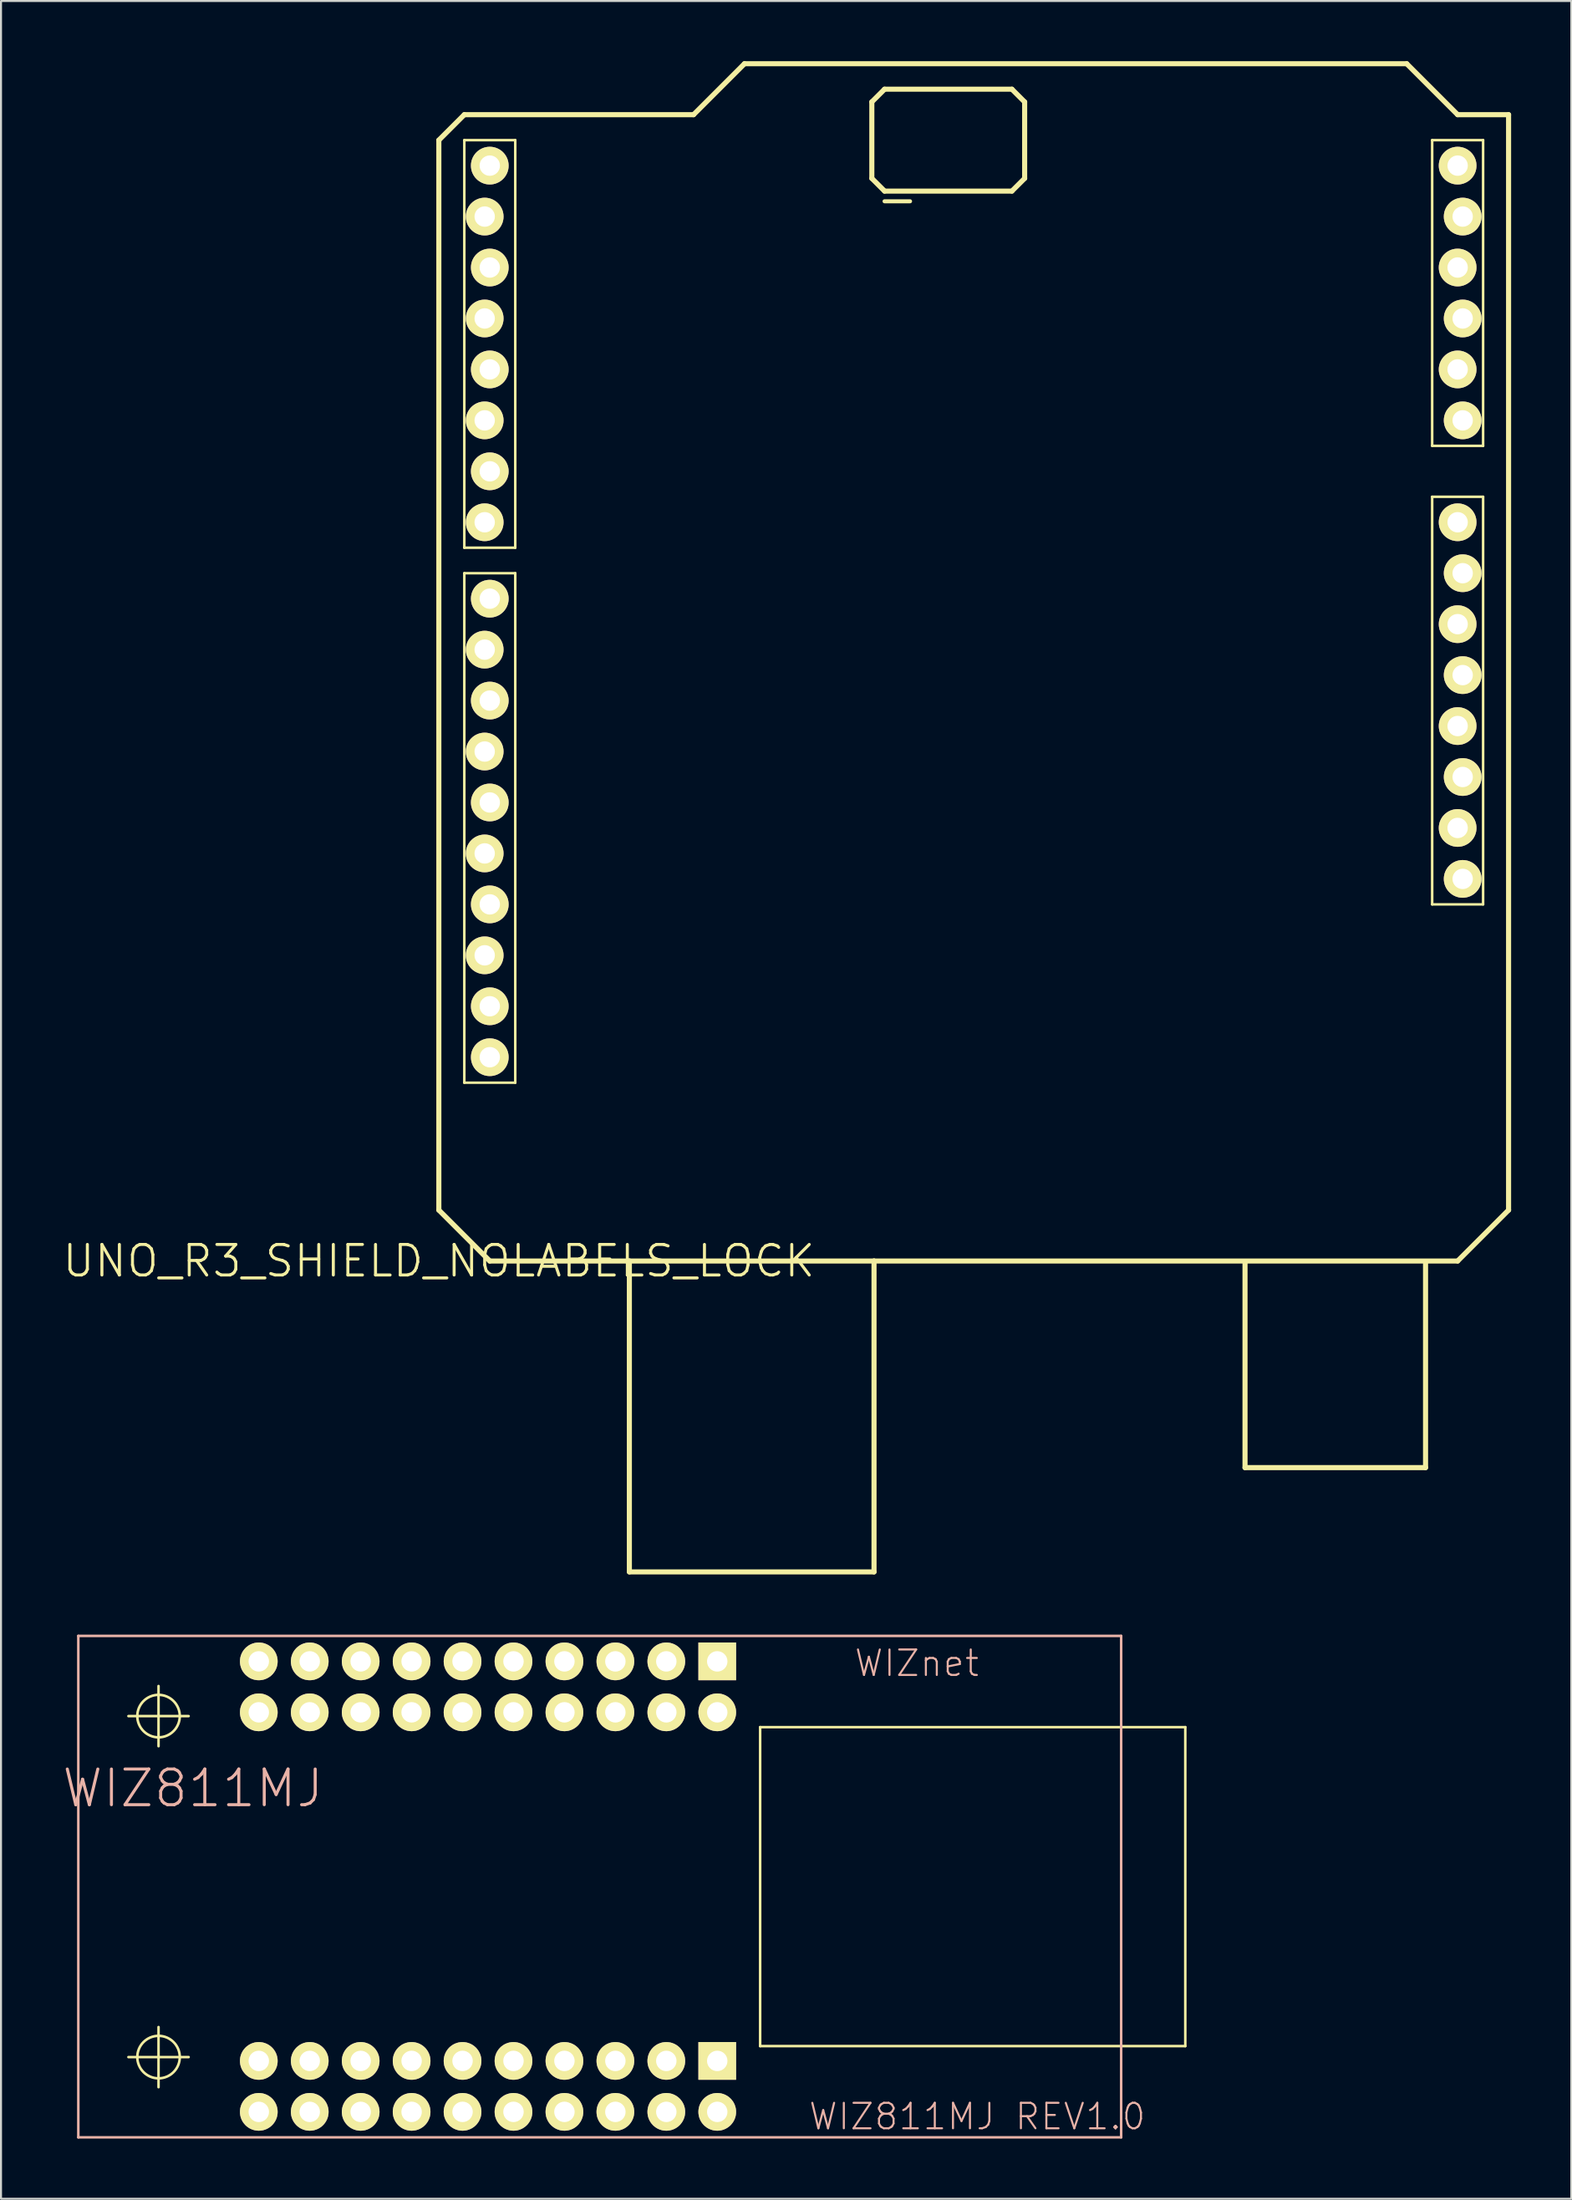
<source format=kicad_pcb>
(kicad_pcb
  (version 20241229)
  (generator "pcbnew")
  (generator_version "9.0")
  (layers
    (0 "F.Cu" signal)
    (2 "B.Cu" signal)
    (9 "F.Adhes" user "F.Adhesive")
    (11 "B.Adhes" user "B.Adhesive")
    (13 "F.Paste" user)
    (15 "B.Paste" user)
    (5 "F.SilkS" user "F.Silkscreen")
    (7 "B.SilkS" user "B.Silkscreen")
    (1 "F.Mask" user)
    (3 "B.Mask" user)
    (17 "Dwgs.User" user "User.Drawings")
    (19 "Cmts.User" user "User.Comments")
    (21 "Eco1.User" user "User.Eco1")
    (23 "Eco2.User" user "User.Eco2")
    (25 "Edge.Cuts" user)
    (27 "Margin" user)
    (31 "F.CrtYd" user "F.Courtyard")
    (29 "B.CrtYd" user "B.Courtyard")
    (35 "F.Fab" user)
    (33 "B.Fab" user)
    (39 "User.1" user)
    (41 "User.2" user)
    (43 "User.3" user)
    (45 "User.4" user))
  (footprint "UNO_R3_SHIELD_NOLABELS_LOCK"
    (layer "F.Cu")
    (at 18.832 59.817)
    (property "Reference" "UNO_R3_SHIELD_NOLABELS_LOCK" (at 0 0 0) (layer "F.SilkS") (effects (font (size 1.524 1.524) (thickness 0.15))))
    (attr exclude_from_pos_files exclude_from_bom)
    (fp_line (start 0 -55.88) (end 0 -2.54) (stroke (width 0.254) (type solid)) (layer "F.SilkS"))
    (fp_line (start 0 -2.54) (end 2.54 0) (stroke (width 0.254) (type solid)) (layer "F.SilkS"))
    (fp_line (start 1.27 -57.15) (end 0 -55.88) (stroke (width 0.254) (type solid)) (layer "F.SilkS"))
    (fp_line (start 1.27 -55.88) (end 3.81 -55.88) (stroke (width 0.127) (type solid)) (layer "F.SilkS"))
    (fp_line (start 1.27 -35.56) (end 1.27 -55.88) (stroke (width 0.127) (type solid)) (layer "F.SilkS"))
    (fp_line (start 1.27 -34.29) (end 3.81 -34.29) (stroke (width 0.127) (type solid)) (layer "F.SilkS"))
    (fp_line (start 1.27 -8.89) (end 1.27 -34.29) (stroke (width 0.127) (type solid)) (layer "F.SilkS"))
    (fp_line (start 2.54 0) (end 9.5 0) (stroke (width 0.254) (type solid)) (layer "F.SilkS"))
    (fp_line (start 3.81 -55.88) (end 3.81 -35.56) (stroke (width 0.127) (type solid)) (layer "F.SilkS"))
    (fp_line (start 3.81 -35.56) (end 1.27 -35.56) (stroke (width 0.127) (type solid)) (layer "F.SilkS"))
    (fp_line (start 3.81 -34.29) (end 3.81 -8.89) (stroke (width 0.127) (type solid)) (layer "F.SilkS"))
    (fp_line (start 3.81 -8.89) (end 1.27 -8.89) (stroke (width 0.127) (type solid)) (layer "F.SilkS"))
    (fp_line (start 9.5 0) (end 21.699 0) (stroke (width 0.254) (type solid)) (layer "F.SilkS"))
    (fp_line (start 9.5 15.499) (end 9.5 0) (stroke (width 0.254) (type solid)) (layer "F.SilkS"))
    (fp_line (start 9.5 15.499) (end 21.699 15.499) (stroke (width 0.254) (type solid)) (layer "F.SilkS"))
    (fp_line (start 12.7 -57.15) (end 1.27 -57.15) (stroke (width 0.254) (type solid)) (layer "F.SilkS"))
    (fp_line (start 15.24 -59.69) (end 12.7 -57.15) (stroke (width 0.254) (type solid)) (layer "F.SilkS"))
    (fp_line (start 21.59 -57.785) (end 22.225 -58.42) (stroke (width 0.254) (type solid)) (layer "F.SilkS"))
    (fp_line (start 21.59 -53.975) (end 21.59 -57.785) (stroke (width 0.254) (type solid)) (layer "F.SilkS"))
    (fp_line (start 21.699 0) (end 50.8 0) (stroke (width 0.254) (type solid)) (layer "F.SilkS"))
    (fp_line (start 21.699 15.499) (end 21.699 0) (stroke (width 0.254) (type solid)) (layer "F.SilkS"))
    (fp_line (start 22.225 -58.42) (end 28.575 -58.42) (stroke (width 0.254) (type solid)) (layer "F.SilkS"))
    (fp_line (start 22.225 -53.34) (end 21.59 -53.975) (stroke (width 0.254) (type solid)) (layer "F.SilkS"))
    (fp_line (start 23.495 -52.832) (end 22.225 -52.832) (stroke (width 0.203) (type solid)) (layer "F.SilkS"))
    (fp_line (start 28.575 -58.42) (end 29.21 -57.785) (stroke (width 0.254) (type solid)) (layer "F.SilkS"))
    (fp_line (start 28.575 -53.34) (end 22.225 -53.34) (stroke (width 0.254) (type solid)) (layer "F.SilkS"))
    (fp_line (start 29.21 -57.785) (end 29.21 -53.975) (stroke (width 0.254) (type solid)) (layer "F.SilkS"))
    (fp_line (start 29.21 -53.975) (end 28.575 -53.34) (stroke (width 0.254) (type solid)) (layer "F.SilkS"))
    (fp_line (start 40.198 10.3) (end 40.198 0.099) (stroke (width 0.254) (type solid)) (layer "F.SilkS"))
    (fp_line (start 40.198 10.3) (end 49.2 10.3) (stroke (width 0.254) (type solid)) (layer "F.SilkS"))
    (fp_line (start 48.26 -59.69) (end 15.24 -59.69) (stroke (width 0.254) (type solid)) (layer "F.SilkS"))
    (fp_line (start 49.2 10.3) (end 49.2 0.099) (stroke (width 0.254) (type solid)) (layer "F.SilkS"))
    (fp_line (start 49.53 -55.88) (end 52.07 -55.88) (stroke (width 0.127) (type solid)) (layer "F.SilkS"))
    (fp_line (start 49.53 -40.64) (end 49.53 -55.88) (stroke (width 0.127) (type solid)) (layer "F.SilkS"))
    (fp_line (start 49.53 -38.1) (end 49.53 -17.78) (stroke (width 0.127) (type solid)) (layer "F.SilkS"))
    (fp_line (start 49.53 -17.78) (end 52.07 -17.78) (stroke (width 0.127) (type solid)) (layer "F.SilkS"))
    (fp_line (start 50.8 -57.15) (end 48.26 -59.69) (stroke (width 0.254) (type solid)) (layer "F.SilkS"))
    (fp_line (start 50.8 0) (end 53.34 -2.54) (stroke (width 0.254) (type solid)) (layer "F.SilkS"))
    (fp_line (start 52.07 -55.88) (end 52.07 -40.64) (stroke (width 0.127) (type solid)) (layer "F.SilkS"))
    (fp_line (start 52.07 -40.64) (end 49.53 -40.64) (stroke (width 0.127) (type solid)) (layer "F.SilkS"))
    (fp_line (start 52.07 -38.1) (end 49.53 -38.1) (stroke (width 0.127) (type solid)) (layer "F.SilkS"))
    (fp_line (start 52.07 -17.78) (end 52.07 -38.1) (stroke (width 0.127) (type solid)) (layer "F.SilkS"))
    (fp_line (start 53.34 -57.15) (end 50.8 -57.15) (stroke (width 0.254) (type solid)) (layer "F.SilkS"))
    (fp_line (start 53.34 -2.54) (end 53.34 -57.15) (stroke (width 0.254) (type solid)) (layer "F.SilkS"))
    (pad "3.3V" thru_hole circle (at 50.8 -26.67) (size 1.88 1.88) (drill 1.016) (layers "*.Cu" "F.Mask" "F.SilkS" "F.Paste"))
    (pad "5V" thru_hole circle (at 51.051 -29.21) (size 1.88 1.88) (drill 1.016) (layers "*.Cu" "F.Mask" "F.SilkS" "F.Paste"))
    (pad "A0" thru_hole circle (at 51.051 -41.91) (size 1.88 1.88) (drill 1.016) (layers "*.Cu" "F.Mask" "F.SilkS" "F.Paste"))
    (pad "A1" thru_hole circle (at 50.8 -44.45) (size 1.88 1.88) (drill 1.016) (layers "*.Cu" "F.Mask" "F.SilkS" "F.Paste"))
    (pad "A2" thru_hole circle (at 51.051 -46.99) (size 1.88 1.88) (drill 1.016) (layers "*.Cu" "F.Mask" "F.SilkS" "F.Paste"))
    (pad "A3" thru_hole circle (at 50.8 -49.53) (size 1.88 1.88) (drill 1.016) (layers "*.Cu" "F.Mask" "F.SilkS" "F.Paste"))
    (pad "A4" thru_hole circle (at 51.051 -52.07) (size 1.88 1.88) (drill 1.016) (layers "*.Cu" "F.Mask" "F.SilkS" "F.Paste"))
    (pad "A5" thru_hole circle (at 50.8 -54.61) (size 1.88 1.88) (drill 1.016) (layers "*.Cu" "F.Mask" "F.SilkS" "F.Paste"))
    (pad "AREF" thru_hole circle (at 2.286 -15.24) (size 1.88 1.88) (drill 1.016) (layers "*.Cu" "F.Mask" "F.SilkS" "F.Paste"))
    (pad "D2" thru_hole circle (at 2.54 -49.53) (size 1.88 1.88) (drill 1.016) (layers "*.Cu" "F.Mask" "F.SilkS" "F.Paste"))
    (pad "D3" thru_hole circle (at 2.286 -46.99) (size 1.88 1.88) (drill 1.016) (layers "*.Cu" "F.Mask" "F.SilkS" "F.Paste"))
    (pad "D4" thru_hole circle (at 2.54 -44.45) (size 1.88 1.88) (drill 1.016) (layers "*.Cu" "F.Mask" "F.SilkS" "F.Paste"))
    (pad "D5" thru_hole circle (at 2.286 -41.91) (size 1.88 1.88) (drill 1.016) (layers "*.Cu" "F.Mask" "F.SilkS" "F.Paste"))
    (pad "D6" thru_hole circle (at 2.54 -39.37) (size 1.88 1.88) (drill 1.016) (layers "*.Cu" "F.Mask" "F.SilkS" "F.Paste"))
    (pad "D7" thru_hole circle (at 2.286 -36.83) (size 1.88 1.88) (drill 1.016) (layers "*.Cu" "F.Mask" "F.SilkS" "F.Paste"))
    (pad "D8" thru_hole circle (at 2.54 -33.02) (size 1.88 1.88) (drill 1.016) (layers "*.Cu" "F.Mask" "F.SilkS" "F.Paste"))
    (pad "D9" thru_hole circle (at 2.286 -30.48) (size 1.88 1.88) (drill 1.016) (layers "*.Cu" "F.Mask" "F.SilkS" "F.Paste"))
    (pad "D10" thru_hole circle (at 2.54 -27.94) (size 1.88 1.88) (drill 1.016) (layers "*.Cu" "F.Mask" "F.SilkS" "F.Paste"))
    (pad "D11" thru_hole circle (at 2.286 -25.4) (size 1.88 1.88) (drill 1.016) (layers "*.Cu" "F.Mask" "F.SilkS" "F.Paste"))
    (pad "D12" thru_hole circle (at 2.54 -22.86) (size 1.88 1.88) (drill 1.016) (layers "*.Cu" "F.Mask" "F.SilkS" "F.Paste"))
    (pad "D13" thru_hole circle (at 2.286 -20.32) (size 1.88 1.88) (drill 1.016) (layers "*.Cu" "F.Mask" "F.SilkS" "F.Paste"))
    (pad "GND@" thru_hole circle (at 2.54 -17.78) (size 1.88 1.88) (drill 1.016) (layers "*.Cu" "F.Mask" "F.SilkS" "F.Paste"))
    (pad "GND@" thru_hole circle (at 50.8 -31.75) (size 1.88 1.88) (drill 1.016) (layers "*.Cu" "F.Mask" "F.SilkS" "F.Paste"))
    (pad "GND@" thru_hole circle (at 51.051 -34.29) (size 1.88 1.88) (drill 1.016) (layers "*.Cu" "F.Mask" "F.SilkS" "F.Paste"))
    (pad "IORE" thru_hole circle (at 50.8 -21.59) (size 1.88 1.88) (drill 1.016) (layers "*.Cu" "F.Mask" "F.SilkS" "F.Paste"))
    (pad "NC" thru_hole circle (at 51.051 -19.05) (size 1.88 1.88) (drill 1.016) (layers "*.Cu" "F.Mask" "F.SilkS" "F.Paste"))
    (pad "RES" thru_hole circle (at 51.051 -24.13) (size 1.88 1.88) (drill 1.016) (layers "*.Cu" "F.Mask" "F.SilkS" "F.Paste"))
    (pad "RX" thru_hole circle (at 2.54 -54.61) (size 1.88 1.88) (drill 1.016) (layers "*.Cu" "F.Mask" "F.SilkS" "F.Paste"))
    (pad "SCL" thru_hole circle (at 2.54 -10.16) (size 1.88 1.88) (drill 1.016) (layers "*.Cu" "F.Mask" "F.SilkS" "F.Paste"))
    (pad "SDA" thru_hole circle (at 2.54 -12.7) (size 1.88 1.88) (drill 1.016) (layers "*.Cu" "F.Mask" "F.SilkS" "F.Paste"))
    (pad "TX" thru_hole circle (at 2.286 -52.07) (size 1.88 1.88) (drill 1.016) (layers "*.Cu" "F.Mask" "F.SilkS" "F.Paste"))
    (pad "VIN" thru_hole circle (at 50.8 -36.83) (size 1.88 1.88) (drill 1.016) (layers "*.Cu" "F.Mask" "F.SilkS" "F.Paste")))
  (footprint "WIZ811MJ"
    (layer "F.Cu")
    (at 32.714 79.777)
    (property "Reference" "WIZ811MJ" (at -26.144 6.33 0) (layer "B.SilkS") (effects (font (size 1.778 1.778) (thickness 0.152))))
    (attr exclude_from_pos_files exclude_from_bom)
    (fp_line (start -29.36 2.728) (end -26.358 2.728) (stroke (width 0.127) (type solid)) (layer "F.SilkS"))
    (fp_line (start -29.36 19.728) (end -26.358 19.728) (stroke (width 0.127) (type solid)) (layer "F.SilkS"))
    (fp_line (start -27.859 4.229) (end -27.859 1.229) (stroke (width 0.127) (type solid)) (layer "F.SilkS"))
    (fp_line (start -27.859 21.229) (end -27.859 18.23) (stroke (width 0.127) (type solid)) (layer "F.SilkS"))
    (fp_line (start 2.139 19.18) (end 2.139 3.279) (stroke (width 0.127) (type solid)) (layer "F.SilkS"))
    (fp_line (start 2.139 19.18) (end 23.338 19.18) (stroke (width 0.127) (type solid)) (layer "F.SilkS"))
    (fp_line (start 23.338 3.279) (end 2.139 3.279) (stroke (width 0.127) (type solid)) (layer "F.SilkS"))
    (fp_line (start 23.338 19.18) (end 23.338 3.279) (stroke (width 0.127) (type solid)) (layer "F.SilkS"))
    (fp_circle (center -27.859 2.728) (end -28.608 3.477) (stroke (width 0.127) (type solid)) (fill no) (layer "F.SilkS"))
    (fp_circle (center -27.859 19.728) (end -28.608 20.477) (stroke (width 0.127) (type solid)) (fill no) (layer "F.SilkS"))
    (fp_line (start -31.859 -1.27) (end 20.14 -1.27) (stroke (width 0.127) (type solid)) (layer "B.SilkS"))
    (fp_line (start -31.859 23.729) (end -31.859 -1.27) (stroke (width 0.127) (type solid)) (layer "B.SilkS"))
    (fp_line (start 20.14 -1.27) (end 20.14 23.729) (stroke (width 0.127) (type solid)) (layer "B.SilkS"))
    (fp_line (start 20.14 23.729) (end -31.859 23.729) (stroke (width 0.127) (type solid)) (layer "B.SilkS"))
    (fp_text user "WIZ811MJ REV1.0" (at 12.964 22.695 0) (layer "B.SilkS") (effects (font (size 1.27 1.27) (thickness 0.102))))
    (fp_text user "WIZnet" (at 9.949 0.094 0) (layer "B.SilkS") (effects (font (size 1.27 1.27) (thickness 0.102))))
    (pad "1" thru_hole rect (at 0 0) (size 1.88 1.88) (drill 1.019) (layers "*.Cu" "F.Mask" "F.SilkS" "F.Paste"))
    (pad "2" thru_hole circle (at 0 2.54) (size 1.88 1.88) (drill 1.019) (layers "*.Cu" "F.Mask" "F.SilkS" "F.Paste"))
    (pad "3" thru_hole circle (at -2.54 0) (size 1.88 1.88) (drill 1.019) (layers "*.Cu" "F.Mask" "F.SilkS" "F.Paste"))
    (pad "4" thru_hole circle (at -2.54 2.54) (size 1.88 1.88) (drill 1.019) (layers "*.Cu" "F.Mask" "F.SilkS" "F.Paste"))
    (pad "5" thru_hole circle (at -5.08 0) (size 1.88 1.88) (drill 1.019) (layers "*.Cu" "F.Mask" "F.SilkS" "F.Paste"))
    (pad "6" thru_hole circle (at -5.08 2.54) (size 1.88 1.88) (drill 1.019) (layers "*.Cu" "F.Mask" "F.SilkS" "F.Paste"))
    (pad "7" thru_hole circle (at -7.62 0) (size 1.88 1.88) (drill 1.019) (layers "*.Cu" "F.Mask" "F.SilkS" "F.Paste"))
    (pad "8" thru_hole circle (at -7.62 2.54) (size 1.88 1.88) (drill 1.019) (layers "*.Cu" "F.Mask" "F.SilkS" "F.Paste"))
    (pad "9" thru_hole circle (at -10.16 0) (size 1.88 1.88) (drill 1.019) (layers "*.Cu" "F.Mask" "F.SilkS" "F.Paste"))
    (pad "10" thru_hole circle (at -10.16 2.54) (size 1.88 1.88) (drill 1.019) (layers "*.Cu" "F.Mask" "F.SilkS" "F.Paste"))
    (pad "11" thru_hole circle (at -12.7 0) (size 1.88 1.88) (drill 1.019) (layers "*.Cu" "F.Mask" "F.SilkS" "F.Paste"))
    (pad "12" thru_hole circle (at -12.7 2.54) (size 1.88 1.88) (drill 1.019) (layers "*.Cu" "F.Mask" "F.SilkS" "F.Paste"))
    (pad "13" thru_hole circle (at -15.24 0) (size 1.88 1.88) (drill 1.019) (layers "*.Cu" "F.Mask" "F.SilkS" "F.Paste"))
    (pad "14" thru_hole circle (at -15.24 2.54) (size 1.88 1.88) (drill 1.019) (layers "*.Cu" "F.Mask" "F.SilkS" "F.Paste"))
    (pad "15" thru_hole circle (at -17.78 0) (size 1.88 1.88) (drill 1.019) (layers "*.Cu" "F.Mask" "F.SilkS" "F.Paste"))
    (pad "16" thru_hole circle (at -17.78 2.54) (size 1.88 1.88) (drill 1.019) (layers "*.Cu" "F.Mask" "F.SilkS" "F.Paste"))
    (pad "17" thru_hole circle (at -20.32 0) (size 1.88 1.88) (drill 1.019) (layers "*.Cu" "F.Mask" "F.SilkS" "F.Paste"))
    (pad "18" thru_hole circle (at -20.32 2.54) (size 1.88 1.88) (drill 1.019) (layers "*.Cu" "F.Mask" "F.SilkS" "F.Paste"))
    (pad "19" thru_hole circle (at -22.86 0) (size 1.88 1.88) (drill 1.019) (layers "*.Cu" "F.Mask" "F.SilkS" "F.Paste"))
    (pad "20" thru_hole circle (at -22.86 2.54) (size 1.88 1.88) (drill 1.019) (layers "*.Cu" "F.Mask" "F.SilkS" "F.Paste"))
    (pad "21" thru_hole rect (at 0 19.919) (size 1.88 1.88) (drill 1.019) (layers "*.Cu" "F.Mask" "F.SilkS" "F.Paste"))
    (pad "22" thru_hole circle (at 0 22.459) (size 1.88 1.88) (drill 1.019) (layers "*.Cu" "F.Mask" "F.SilkS" "F.Paste"))
    (pad "23" thru_hole circle (at -2.54 19.919) (size 1.88 1.88) (drill 1.019) (layers "*.Cu" "F.Mask" "F.SilkS" "F.Paste"))
    (pad "24" thru_hole circle (at -2.54 22.459) (size 1.88 1.88) (drill 1.019) (layers "*.Cu" "F.Mask" "F.SilkS" "F.Paste"))
    (pad "25" thru_hole circle (at -5.08 19.919) (size 1.88 1.88) (drill 1.019) (layers "*.Cu" "F.Mask" "F.SilkS" "F.Paste"))
    (pad "26" thru_hole circle (at -5.08 22.459) (size 1.88 1.88) (drill 1.019) (layers "*.Cu" "F.Mask" "F.SilkS" "F.Paste"))
    (pad "27" thru_hole circle (at -7.62 19.919) (size 1.88 1.88) (drill 1.019) (layers "*.Cu" "F.Mask" "F.SilkS" "F.Paste"))
    (pad "28" thru_hole circle (at -7.62 22.459) (size 1.88 1.88) (drill 1.019) (layers "*.Cu" "F.Mask" "F.SilkS" "F.Paste"))
    (pad "29" thru_hole circle (at -10.16 19.919) (size 1.88 1.88) (drill 1.019) (layers "*.Cu" "F.Mask" "F.SilkS" "F.Paste"))
    (pad "30" thru_hole circle (at -10.16 22.459) (size 1.88 1.88) (drill 1.019) (layers "*.Cu" "F.Mask" "F.SilkS" "F.Paste"))
    (pad "31" thru_hole circle (at -12.7 19.919) (size 1.88 1.88) (drill 1.019) (layers "*.Cu" "F.Mask" "F.SilkS" "F.Paste"))
    (pad "32" thru_hole circle (at -12.7 22.459) (size 1.88 1.88) (drill 1.019) (layers "*.Cu" "F.Mask" "F.SilkS" "F.Paste"))
    (pad "33" thru_hole circle (at -15.24 19.919) (size 1.88 1.88) (drill 1.019) (layers "*.Cu" "F.Mask" "F.SilkS" "F.Paste"))
    (pad "34" thru_hole circle (at -15.24 22.459) (size 1.88 1.88) (drill 1.019) (layers "*.Cu" "F.Mask" "F.SilkS" "F.Paste"))
    (pad "35" thru_hole circle (at -17.78 19.919) (size 1.88 1.88) (drill 1.019) (layers "*.Cu" "F.Mask" "F.SilkS" "F.Paste"))
    (pad "36" thru_hole circle (at -17.78 22.459) (size 1.88 1.88) (drill 1.019) (layers "*.Cu" "F.Mask" "F.SilkS" "F.Paste"))
    (pad "37" thru_hole circle (at -20.32 19.919) (size 1.88 1.88) (drill 1.019) (layers "*.Cu" "F.Mask" "F.SilkS" "F.Paste"))
    (pad "38" thru_hole circle (at -20.32 22.459) (size 1.88 1.88) (drill 1.019) (layers "*.Cu" "F.Mask" "F.SilkS" "F.Paste"))
    (pad "39" thru_hole circle (at -22.86 19.919) (size 1.88 1.88) (drill 1.019) (layers "*.Cu" "F.Mask" "F.SilkS" "F.Paste"))
    (pad "40" thru_hole circle (at -22.86 22.459) (size 1.88 1.88) (drill 1.019) (layers "*.Cu" "F.Mask" "F.SilkS" "F.Paste")))
  (gr_rect
    (start -3 -3)
    (end 75.299 106.569)
    (stroke (width 0.1) (type default))
    (fill no)
    (layer "Edge.Cuts")))
</source>
